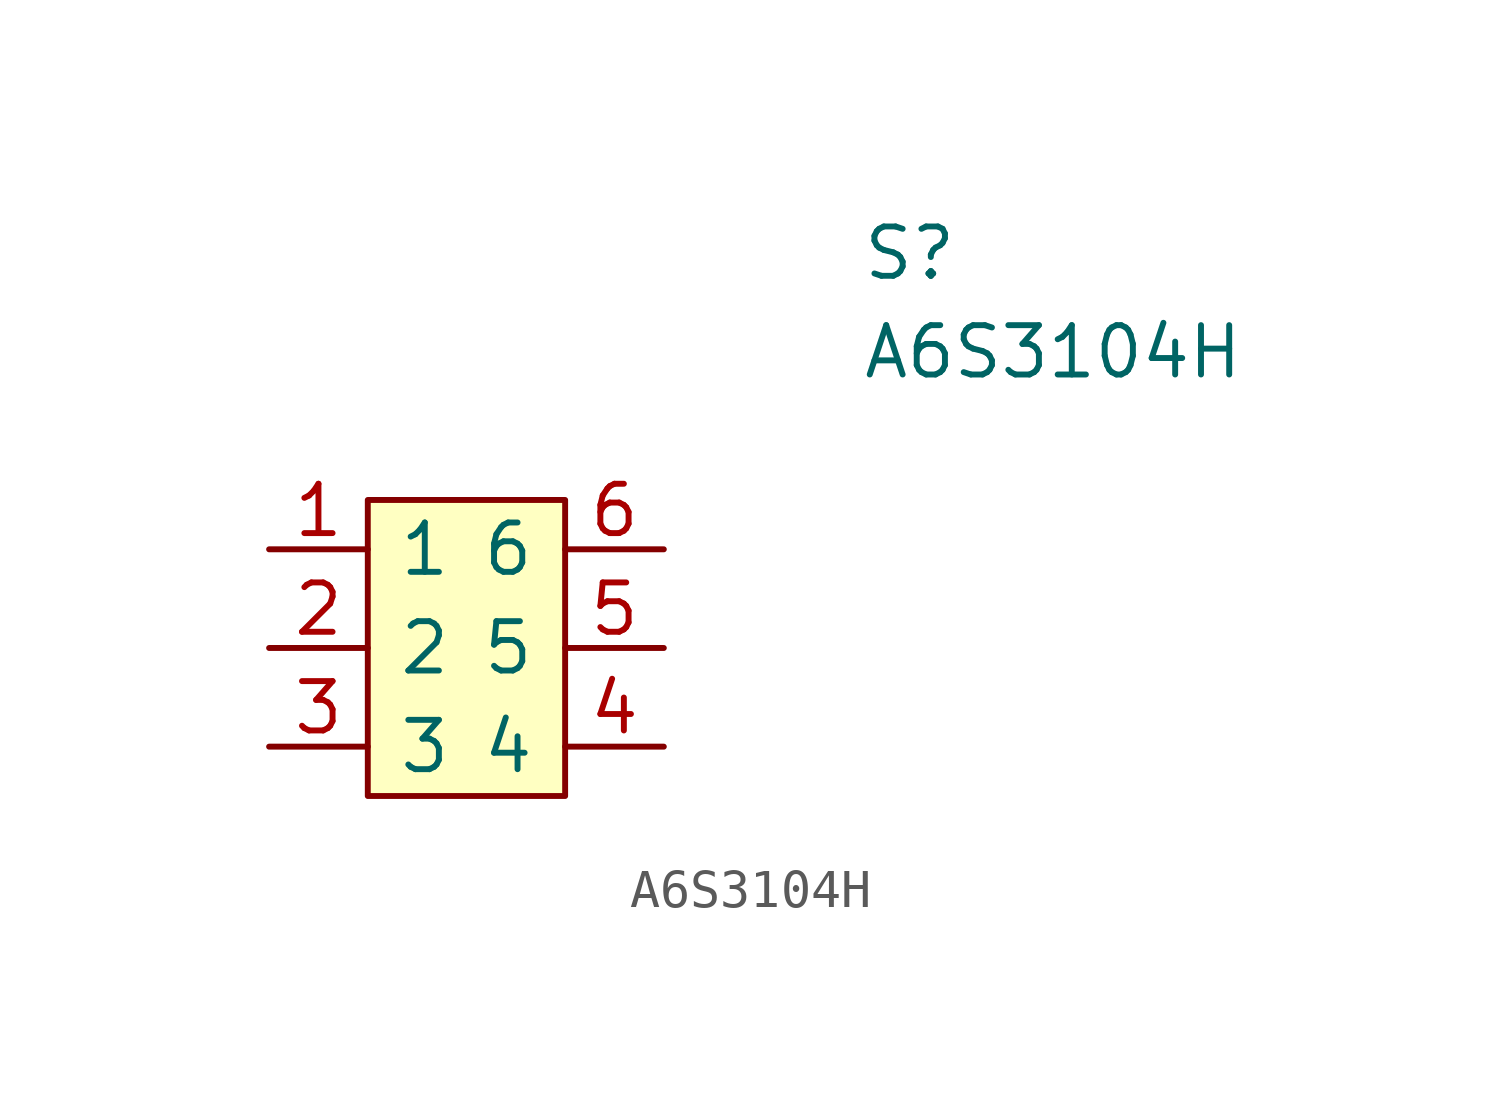
<source format=kicad_sym>
(kicad_symbol_lib
  (version 20211014)
  (generator kicad_symbol_editor)
  (symbol "A6S3104H"
    (pin_names
      (offset 0.762))
    (property "Reference" "S"
      (at 15.24 7.62 0)
      (effects (font (size 1.27 1.27)) (justify left)))
    (property "Value" "A6S3104H"
      (at 15.24 5.08 0)
      (effects (font (size 1.27 1.27)) (justify left)))
    (symbol "A6S3104H_0_0"
      (pin passive line (at 0 0 0) (length 2.54) (name "1" (effects (font (size 1.27 1.27)))) (number "1" (effects (font (size 1.27 1.27)))))
      (pin passive line (at 0 -2.54 0) (length 2.54) (name "2" (effects (font (size 1.27 1.27)))) (number "2" (effects (font (size 1.27 1.27)))))
      (pin passive line (at 0 -5.08 0) (length 2.54) (name "3" (effects (font (size 1.27 1.27)))) (number "3" (effects (font (size 1.27 1.27)))))
      (pin passive line (at 10.16 -5.08 180) (length 2.54) (name "4" (effects (font (size 1.27 1.27)))) (number "4" (effects (font (size 1.27 1.27)))))
      (pin passive line (at 10.16 -2.54 180) (length 2.54) (name "5" (effects (font (size 1.27 1.27)))) (number "5" (effects (font (size 1.27 1.27)))))
      (pin passive line (at 10.16 0 180) (length 2.54) (name "6" (effects (font (size 1.27 1.27)))) (number "6" (effects (font (size 1.27 1.27))))))
    (symbol "A6S3104H_0_1"
      (rectangle (start 2.54 1.27) (end 7.62 -6.35) (stroke (width 0.152) (type default) (color 0 0 0 0)) (fill (type background))))))
</source>
